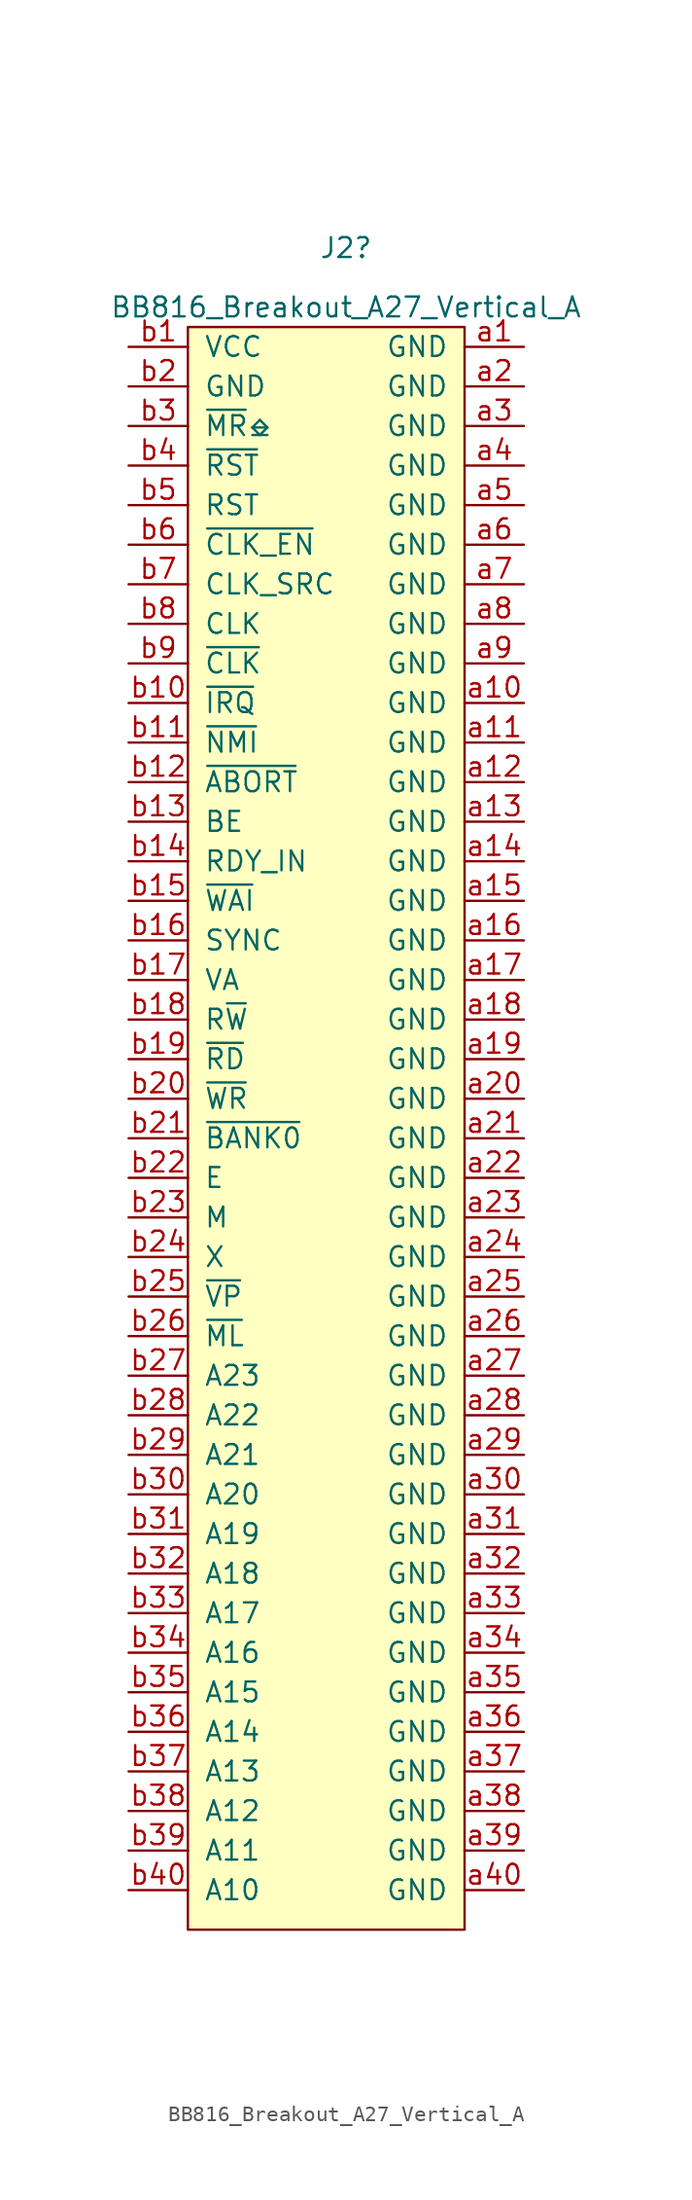
<source format=kicad_sym>
(kicad_symbol_lib
  (version 20231120)
  (generator "kicad_symbol_editor")
  (generator_version "8.0")
  (symbol "BB816_Breakout_A27_Vertical_A"
    (pin_names
      (offset 1.016))
    (property "Reference" "J2"
      (at 1.27 80.01 0)
      (effects (font (size 1.27 1.27))))
    (property "Value" "BB816_Breakout_A27_Vertical_A"
      (at 1.27 76.2 0)
      (effects (font (size 1.27 1.27))))
    (symbol "BB816_Breakout_A27_Vertical_A_1_1"
      (rectangle (start -8.89 74.93) (end 8.89 -27.94) (stroke (width 0) (type default)) (fill (type background)))
      (pin passive line (at 12.7 73.66 180) (length 3.81) (name "GND" (effects (font (size 1.27 1.27)))) (number "a1" (effects (font (size 1.27 1.27)))))
      (pin passive line (at 12.7 50.8 180) (length 3.81) (name "GND" (effects (font (size 1.27 1.27)))) (number "a10" (effects (font (size 1.27 1.27)))))
      (pin passive line (at 12.7 48.26 180) (length 3.81) (name "GND" (effects (font (size 1.27 1.27)))) (number "a11" (effects (font (size 1.27 1.27)))))
      (pin passive line (at 12.7 45.72 180) (length 3.81) (name "GND" (effects (font (size 1.27 1.27)))) (number "a12" (effects (font (size 1.27 1.27)))))
      (pin passive line (at 12.7 43.18 180) (length 3.81) (name "GND" (effects (font (size 1.27 1.27)))) (number "a13" (effects (font (size 1.27 1.27)))))
      (pin passive line (at 12.7 40.64 180) (length 3.81) (name "GND" (effects (font (size 1.27 1.27)))) (number "a14" (effects (font (size 1.27 1.27)))))
      (pin passive line (at 12.7 38.1 180) (length 3.81) (name "GND" (effects (font (size 1.27 1.27)))) (number "a15" (effects (font (size 1.27 1.27)))))
      (pin passive line (at 12.7 35.56 180) (length 3.81) (name "GND" (effects (font (size 1.27 1.27)))) (number "a16" (effects (font (size 1.27 1.27)))))
      (pin passive line (at 12.7 33.02 180) (length 3.81) (name "GND" (effects (font (size 1.27 1.27)))) (number "a17" (effects (font (size 1.27 1.27)))))
      (pin passive line (at 12.7 30.48 180) (length 3.81) (name "GND" (effects (font (size 1.27 1.27)))) (number "a18" (effects (font (size 1.27 1.27)))))
      (pin passive line (at 12.7 27.94 180) (length 3.81) (name "GND" (effects (font (size 1.27 1.27)))) (number "a19" (effects (font (size 1.27 1.27)))))
      (pin passive line (at 12.7 71.12 180) (length 3.81) (name "GND" (effects (font (size 1.27 1.27)))) (number "a2" (effects (font (size 1.27 1.27)))))
      (pin passive line (at 12.7 25.4 180) (length 3.81) (name "GND" (effects (font (size 1.27 1.27)))) (number "a20" (effects (font (size 1.27 1.27)))))
      (pin passive line (at 12.7 22.86 180) (length 3.81) (name "GND" (effects (font (size 1.27 1.27)))) (number "a21" (effects (font (size 1.27 1.27)))))
      (pin passive line (at 12.7 20.32 180) (length 3.81) (name "GND" (effects (font (size 1.27 1.27)))) (number "a22" (effects (font (size 1.27 1.27)))))
      (pin passive line (at 12.7 17.78 180) (length 3.81) (name "GND" (effects (font (size 1.27 1.27)))) (number "a23" (effects (font (size 1.27 1.27)))))
      (pin passive line (at 12.7 15.24 180) (length 3.81) (name "GND" (effects (font (size 1.27 1.27)))) (number "a24" (effects (font (size 1.27 1.27)))))
      (pin passive line (at 12.7 12.7 180) (length 3.81) (name "GND" (effects (font (size 1.27 1.27)))) (number "a25" (effects (font (size 1.27 1.27)))))
      (pin passive line (at 12.7 10.16 180) (length 3.81) (name "GND" (effects (font (size 1.27 1.27)))) (number "a26" (effects (font (size 1.27 1.27)))))
      (pin passive line (at 12.7 7.62 180) (length 3.81) (name "GND" (effects (font (size 1.27 1.27)))) (number "a27" (effects (font (size 1.27 1.27)))))
      (pin passive line (at 12.7 5.08 180) (length 3.81) (name "GND" (effects (font (size 1.27 1.27)))) (number "a28" (effects (font (size 1.27 1.27)))))
      (pin passive line (at 12.7 2.54 180) (length 3.81) (name "GND" (effects (font (size 1.27 1.27)))) (number "a29" (effects (font (size 1.27 1.27)))))
      (pin passive line (at 12.7 68.58 180) (length 3.81) (name "GND" (effects (font (size 1.27 1.27)))) (number "a3" (effects (font (size 1.27 1.27)))))
      (pin passive line (at 12.7 0 180) (length 3.81) (name "GND" (effects (font (size 1.27 1.27)))) (number "a30" (effects (font (size 1.27 1.27)))))
      (pin passive line (at 12.7 -2.54 180) (length 3.81) (name "GND" (effects (font (size 1.27 1.27)))) (number "a31" (effects (font (size 1.27 1.27)))))
      (pin passive line (at 12.7 -5.08 180) (length 3.81) (name "GND" (effects (font (size 1.27 1.27)))) (number "a32" (effects (font (size 1.27 1.27)))))
      (pin passive line (at 12.7 -7.62 180) (length 3.81) (name "GND" (effects (font (size 1.27 1.27)))) (number "a33" (effects (font (size 1.27 1.27)))))
      (pin passive line (at 12.7 -10.16 180) (length 3.81) (name "GND" (effects (font (size 1.27 1.27)))) (number "a34" (effects (font (size 1.27 1.27)))))
      (pin passive line (at 12.7 -12.7 180) (length 3.81) (name "GND" (effects (font (size 1.27 1.27)))) (number "a35" (effects (font (size 1.27 1.27)))))
      (pin passive line (at 12.7 -15.24 180) (length 3.81) (name "GND" (effects (font (size 1.27 1.27)))) (number "a36" (effects (font (size 1.27 1.27)))))
      (pin passive line (at 12.7 -17.78 180) (length 3.81) (name "GND" (effects (font (size 1.27 1.27)))) (number "a37" (effects (font (size 1.27 1.27)))))
      (pin passive line (at 12.7 -20.32 180) (length 3.81) (name "GND" (effects (font (size 1.27 1.27)))) (number "a38" (effects (font (size 1.27 1.27)))))
      (pin passive line (at 12.7 -22.86 180) (length 3.81) (name "GND" (effects (font (size 1.27 1.27)))) (number "a39" (effects (font (size 1.27 1.27)))))
      (pin passive line (at 12.7 66.04 180) (length 3.81) (name "GND" (effects (font (size 1.27 1.27)))) (number "a4" (effects (font (size 1.27 1.27)))))
      (pin passive line (at 12.7 -25.4 180) (length 3.81) (name "GND" (effects (font (size 1.27 1.27)))) (number "a40" (effects (font (size 1.27 1.27)))))
      (pin passive line (at 12.7 63.5 180) (length 3.81) (name "GND" (effects (font (size 1.27 1.27)))) (number "a5" (effects (font (size 1.27 1.27)))))
      (pin passive line (at 12.7 60.96 180) (length 3.81) (name "GND" (effects (font (size 1.27 1.27)))) (number "a6" (effects (font (size 1.27 1.27)))))
      (pin passive line (at 12.7 58.42 180) (length 3.81) (name "GND" (effects (font (size 1.27 1.27)))) (number "a7" (effects (font (size 1.27 1.27)))))
      (pin passive line (at 12.7 55.88 180) (length 3.81) (name "GND" (effects (font (size 1.27 1.27)))) (number "a8" (effects (font (size 1.27 1.27)))))
      (pin passive line (at 12.7 53.34 180) (length 3.81) (name "GND" (effects (font (size 1.27 1.27)))) (number "a9" (effects (font (size 1.27 1.27)))))
      (pin passive line (at -12.7 73.66 0) (length 3.81) (name "VCC" (effects (font (size 1.27 1.27)))) (number "b1" (effects (font (size 1.27 1.27)))))
      (pin passive line (at -12.7 50.8 0) (length 3.81) (name "~{IRQ}" (effects (font (size 1.27 1.27)))) (number "b10" (effects (font (size 1.27 1.27)))))
      (pin passive line (at -12.7 48.26 0) (length 3.81) (name "~{NMI}" (effects (font (size 1.27 1.27)))) (number "b11" (effects (font (size 1.27 1.27)))))
      (pin passive line (at -12.7 45.72 0) (length 3.81) (name "~{ABORT}" (effects (font (size 1.27 1.27)))) (number "b12" (effects (font (size 1.27 1.27)))))
      (pin passive line (at -12.7 43.18 0) (length 3.81) (name "BE" (effects (font (size 1.27 1.27)))) (number "b13" (effects (font (size 1.27 1.27)))))
      (pin passive line (at -12.7 40.64 0) (length 3.81) (name "RDY_IN" (effects (font (size 1.27 1.27)))) (number "b14" (effects (font (size 1.27 1.27)))))
      (pin passive line (at -12.7 38.1 0) (length 3.81) (name "~{WAI}" (effects (font (size 1.27 1.27)))) (number "b15" (effects (font (size 1.27 1.27)))))
      (pin passive line (at -12.7 35.56 0) (length 3.81) (name "SYNC" (effects (font (size 1.27 1.27)))) (number "b16" (effects (font (size 1.27 1.27)))))
      (pin passive line (at -12.7 33.02 0) (length 3.81) (name "VA" (effects (font (size 1.27 1.27)))) (number "b17" (effects (font (size 1.27 1.27)))))
      (pin passive line (at -12.7 30.48 0) (length 3.81) (name "R~{W}" (effects (font (size 1.27 1.27)))) (number "b18" (effects (font (size 1.27 1.27)))))
      (pin passive line (at -12.7 27.94 0) (length 3.81) (name "~{RD}" (effects (font (size 1.27 1.27)))) (number "b19" (effects (font (size 1.27 1.27)))))
      (pin passive line (at -12.7 71.12 0) (length 3.81) (name "GND" (effects (font (size 1.27 1.27)))) (number "b2" (effects (font (size 1.27 1.27)))))
      (pin passive line (at -12.7 25.4 0) (length 3.81) (name "~{WR}" (effects (font (size 1.27 1.27)))) (number "b20" (effects (font (size 1.27 1.27)))))
      (pin passive line (at -12.7 22.86 0) (length 3.81) (name "~{BANK0}" (effects (font (size 1.27 1.27)))) (number "b21" (effects (font (size 1.27 1.27)))))
      (pin passive line (at -12.7 20.32 0) (length 3.81) (name "E" (effects (font (size 1.27 1.27)))) (number "b22" (effects (font (size 1.27 1.27)))))
      (pin passive line (at -12.7 17.78 0) (length 3.81) (name "M" (effects (font (size 1.27 1.27)))) (number "b23" (effects (font (size 1.27 1.27)))))
      (pin passive line (at -12.7 15.24 0) (length 3.81) (name "X" (effects (font (size 1.27 1.27)))) (number "b24" (effects (font (size 1.27 1.27)))))
      (pin passive line (at -12.7 12.7 0) (length 3.81) (name "~{VP}" (effects (font (size 1.27 1.27)))) (number "b25" (effects (font (size 1.27 1.27)))))
      (pin passive line (at -12.7 10.16 0) (length 3.81) (name "~{ML}" (effects (font (size 1.27 1.27)))) (number "b26" (effects (font (size 1.27 1.27)))))
      (pin passive line (at -12.7 7.62 0) (length 3.81) (name "A23" (effects (font (size 1.27 1.27)))) (number "b27" (effects (font (size 1.27 1.27)))))
      (pin passive line (at -12.7 5.08 0) (length 3.81) (name "A22" (effects (font (size 1.27 1.27)))) (number "b28" (effects (font (size 1.27 1.27)))))
      (pin passive line (at -12.7 2.54 0) (length 3.81) (name "A21" (effects (font (size 1.27 1.27)))) (number "b29" (effects (font (size 1.27 1.27)))))
      (pin passive line (at -12.7 68.58 0) (length 3.81) (name "~{MR}⎒" (effects (font (size 1.27 1.27)))) (number "b3" (effects (font (size 1.27 1.27)))))
      (pin passive line (at -12.7 0 0) (length 3.81) (name "A20" (effects (font (size 1.27 1.27)))) (number "b30" (effects (font (size 1.27 1.27)))))
      (pin passive line (at -12.7 -2.54 0) (length 3.81) (name "A19" (effects (font (size 1.27 1.27)))) (number "b31" (effects (font (size 1.27 1.27)))))
      (pin passive line (at -12.7 -5.08 0) (length 3.81) (name "A18" (effects (font (size 1.27 1.27)))) (number "b32" (effects (font (size 1.27 1.27)))))
      (pin passive line (at -12.7 -7.62 0) (length 3.81) (name "A17" (effects (font (size 1.27 1.27)))) (number "b33" (effects (font (size 1.27 1.27)))))
      (pin passive line (at -12.7 -10.16 0) (length 3.81) (name "A16" (effects (font (size 1.27 1.27)))) (number "b34" (effects (font (size 1.27 1.27)))))
      (pin passive line (at -12.7 -12.7 0) (length 3.81) (name "A15" (effects (font (size 1.27 1.27)))) (number "b35" (effects (font (size 1.27 1.27)))))
      (pin passive line (at -12.7 -15.24 0) (length 3.81) (name "A14" (effects (font (size 1.27 1.27)))) (number "b36" (effects (font (size 1.27 1.27)))))
      (pin passive line (at -12.7 -17.78 0) (length 3.81) (name "A13" (effects (font (size 1.27 1.27)))) (number "b37" (effects (font (size 1.27 1.27)))))
      (pin passive line (at -12.7 -20.32 0) (length 3.81) (name "A12" (effects (font (size 1.27 1.27)))) (number "b38" (effects (font (size 1.27 1.27)))))
      (pin passive line (at -12.7 -22.86 0) (length 3.81) (name "A11" (effects (font (size 1.27 1.27)))) (number "b39" (effects (font (size 1.27 1.27)))))
      (pin passive line (at -12.7 66.04 0) (length 3.81) (name "~{RST}" (effects (font (size 1.27 1.27)))) (number "b4" (effects (font (size 1.27 1.27)))))
      (pin passive line (at -12.7 -25.4 0) (length 3.81) (name "A10" (effects (font (size 1.27 1.27)))) (number "b40" (effects (font (size 1.27 1.27)))))
      (pin passive line (at -12.7 63.5 0) (length 3.81) (name "RST" (effects (font (size 1.27 1.27)))) (number "b5" (effects (font (size 1.27 1.27)))))
      (pin passive line (at -12.7 60.96 0) (length 3.81) (name "~{CLK_EN}" (effects (font (size 1.27 1.27)))) (number "b6" (effects (font (size 1.27 1.27)))))
      (pin passive line (at -12.7 58.42 0) (length 3.81) (name "CLK_SRC" (effects (font (size 1.27 1.27)))) (number "b7" (effects (font (size 1.27 1.27)))))
      (pin passive line (at -12.7 55.88 0) (length 3.81) (name "CLK" (effects (font (size 1.27 1.27)))) (number "b8" (effects (font (size 1.27 1.27)))))
      (pin passive line (at -12.7 53.34 0) (length 3.81) (name "~{CLK}" (effects (font (size 1.27 1.27)))) (number "b9" (effects (font (size 1.27 1.27))))))))
</source>
